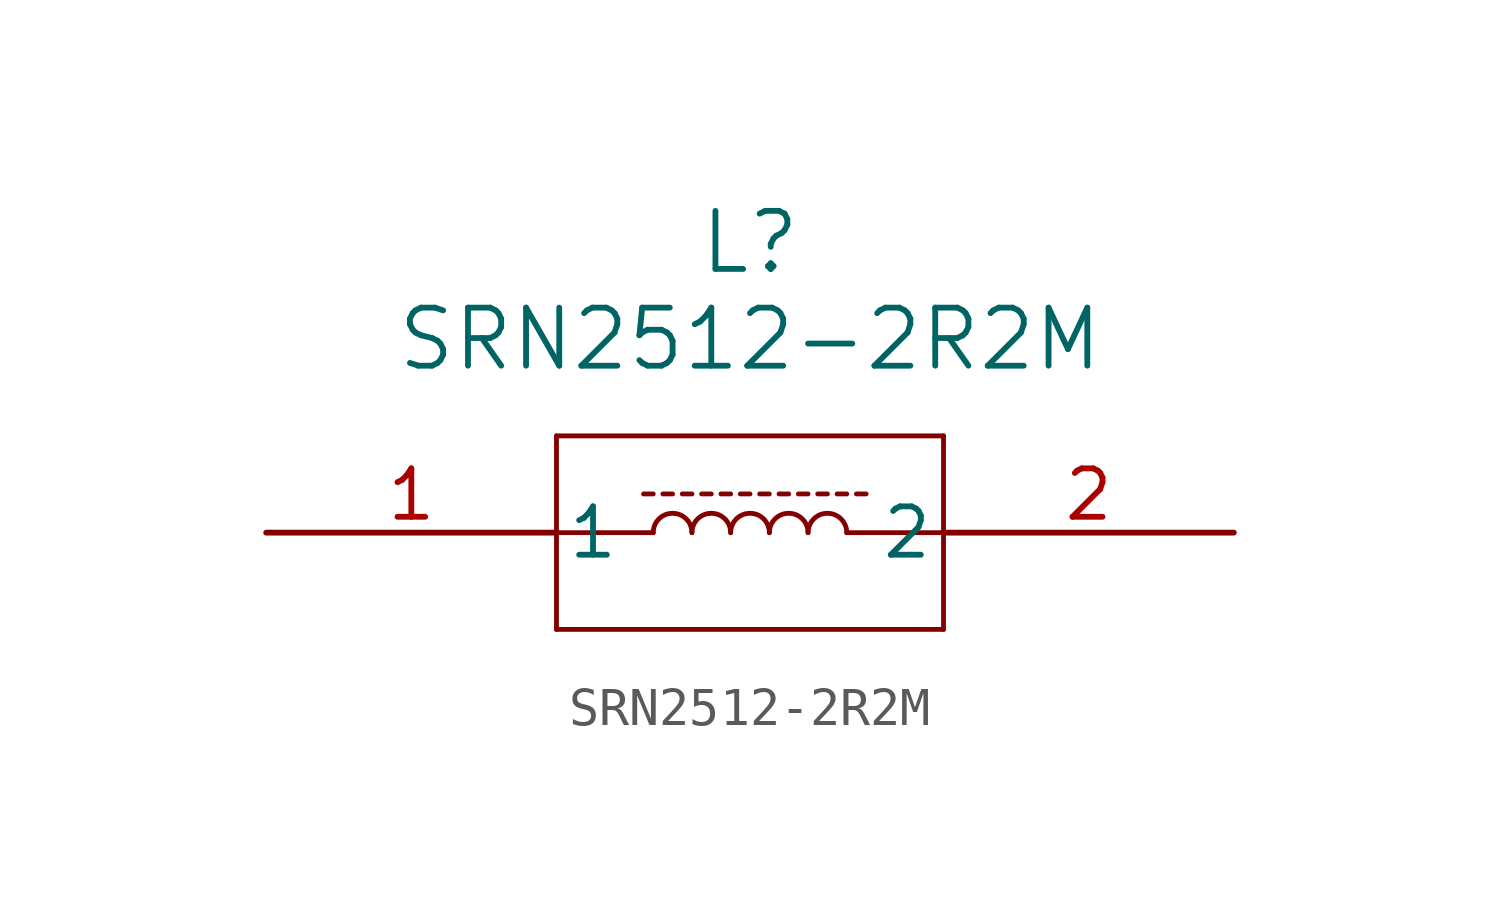
<source format=kicad_sym>
(kicad_symbol_lib
  (version 20211014)
  (generator kicad_symbol_editor)
  (symbol "SRN2512-2R2M"
    (pin_names
      (offset 0.254))
    (property "Reference" "L"
      (at 12.7 7.62 0)
      (effects (font (size 1.524 1.524))))
    (property "Value" "SRN2512-2R2M"
      (at 12.7 5.08 0)
      (effects (font (size 1.524 1.524))))
    (symbol "SRN2512-2R2M_0_1"
      (polyline (pts (xy 17.78 -2.54) (xy 17.78 2.54)) (stroke (width 0.127) (type default) (color 0 0 0 0)) (fill (type none)))
      (polyline (pts (xy 7.62 2.54) (xy 7.62 -2.54)) (stroke (width 0.127) (type default) (color 0 0 0 0)) (fill (type none)))
      (polyline (pts (xy 7.62 -2.54) (xy 17.78 -2.54)) (stroke (width 0.127) (type default) (color 0 0 0 0)) (fill (type none)))
      (polyline (pts (xy 17.78 2.54) (xy 7.62 2.54)) (stroke (width 0.127) (type default) (color 0 0 0 0)) (fill (type none)))
      (polyline (pts (xy 10.16 0) (xy 7.62 0)) (stroke (width 0.127) (type default) (color 0 0 0 0)) (fill (type none)))
      (polyline (pts (xy 15.24 0) (xy 17.78 0)) (stroke (width 0.127) (type default) (color 0 0 0 0)) (fill (type none)))
      (arc (start 12.192 0) (mid 11.684 0.508) (end 11.176 0) (stroke (width 0.127) (type default) (color 0 0 0 0)) (fill (type none)))
      (arc (start 15.24 0) (mid 14.732 0.508) (end 14.224 0) (stroke (width 0.127) (type default) (color 0 0 0 0)) (fill (type none)))
      (arc (start 11.176 0) (mid 10.668 0.508) (end 10.16 0) (stroke (width 0.127) (type default) (color 0 0 0 0)) (fill (type none)))
      (arc (start 13.208 0) (mid 12.7 0.508) (end 12.192 0) (stroke (width 0.127) (type default) (color 0 0 0 0)) (fill (type none)))
      (arc (start 14.224 0) (mid 13.716 0.508) (end 13.208 0) (stroke (width 0.127) (type default) (color 0 0 0 0)) (fill (type none)))
      (polyline (pts (xy 14.478 1.016) (xy 14.732 1.016)) (stroke (width 0.127) (type default) (color 0 0 0 0)) (fill (type none)))
      (polyline (pts (xy 14.986 1.016) (xy 15.24 1.016)) (stroke (width 0.127) (type default) (color 0 0 0 0)) (fill (type none)))
      (polyline (pts (xy 15.494 1.016) (xy 15.748 1.016)) (stroke (width 0.127) (type default) (color 0 0 0 0)) (fill (type none)))
      (polyline (pts (xy 11.43 1.016) (xy 11.684 1.016)) (stroke (width 0.127) (type default) (color 0 0 0 0)) (fill (type none)))
      (polyline (pts (xy 11.938 1.016) (xy 12.192 1.016)) (stroke (width 0.127) (type default) (color 0 0 0 0)) (fill (type none)))
      (polyline (pts (xy 12.446 1.016) (xy 12.7 1.016)) (stroke (width 0.127) (type default) (color 0 0 0 0)) (fill (type none)))
      (polyline (pts (xy 12.954 1.016) (xy 13.208 1.016)) (stroke (width 0.127) (type default) (color 0 0 0 0)) (fill (type none)))
      (polyline (pts (xy 13.462 1.016) (xy 13.716 1.016)) (stroke (width 0.127) (type default) (color 0 0 0 0)) (fill (type none)))
      (polyline (pts (xy 13.97 1.016) (xy 14.224 1.016)) (stroke (width 0.127) (type default) (color 0 0 0 0)) (fill (type none)))
      (polyline (pts (xy 9.906 1.016) (xy 10.16 1.016)) (stroke (width 0.127) (type default) (color 0 0 0 0)) (fill (type none)))
      (polyline (pts (xy 10.414 1.016) (xy 10.668 1.016)) (stroke (width 0.127) (type default) (color 0 0 0 0)) (fill (type none)))
      (polyline (pts (xy 10.922 1.016) (xy 11.176 1.016)) (stroke (width 0.127) (type default) (color 0 0 0 0)) (fill (type none)))
      (pin unspecified line (at 25.4 0 180) (length 7.62) (name "2" (effects (font (size 1.27 1.27)))) (number "2" (effects (font (size 1.27 1.27)))))
      (pin unspecified line (at 0 0 0) (length 7.62) (name "1" (effects (font (size 1.27 1.27)))) (number "1" (effects (font (size 1.27 1.27))))))))
</source>
